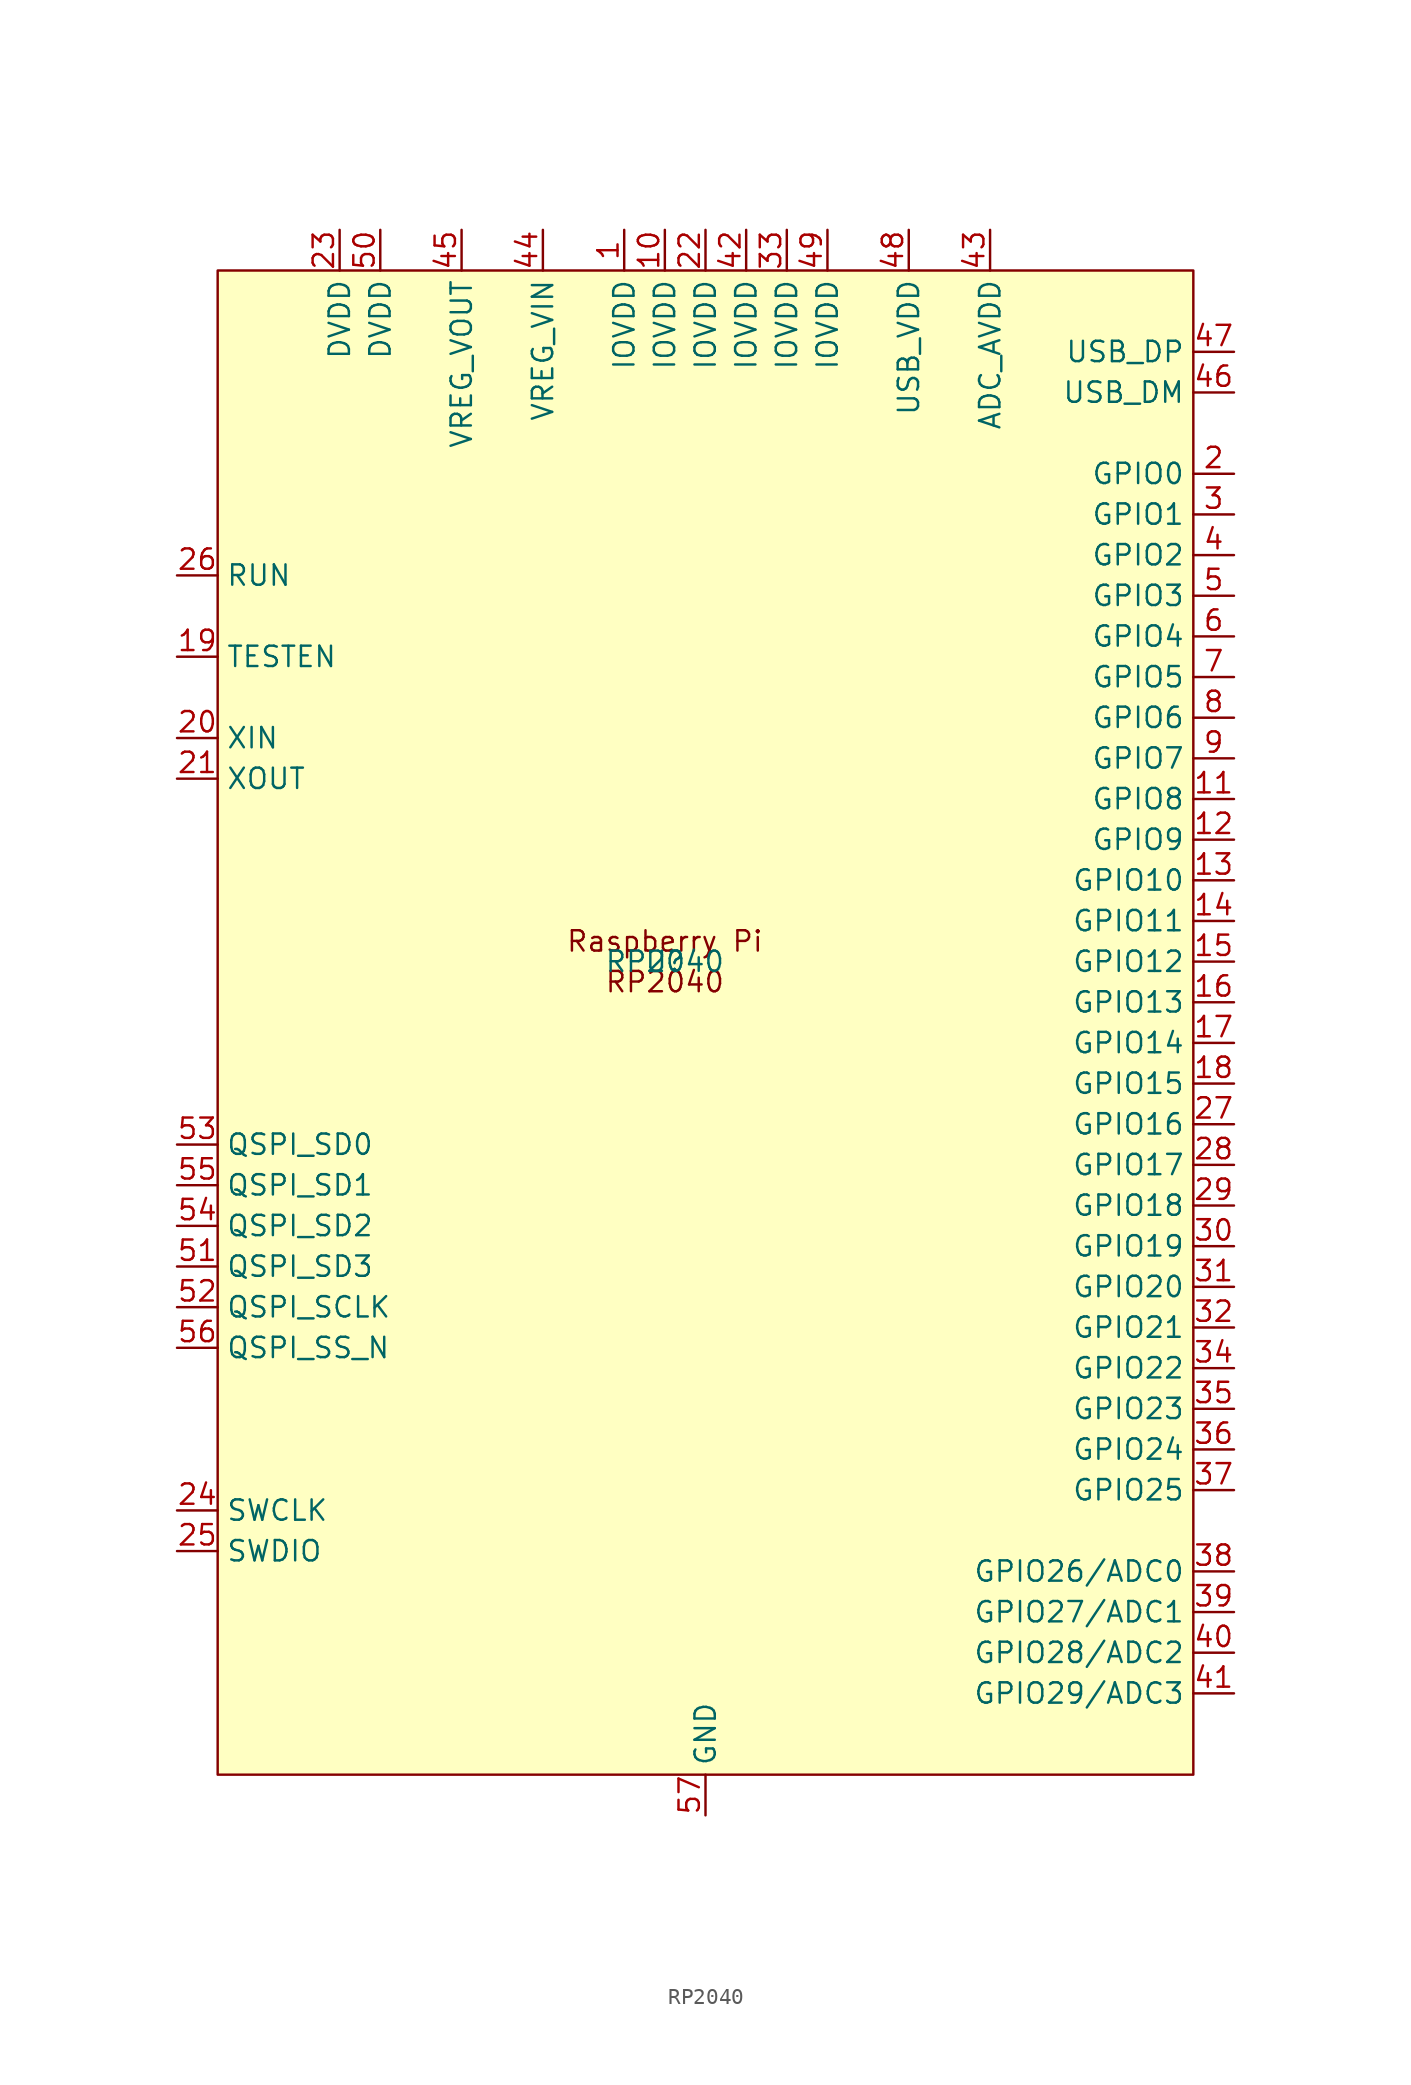
<source format=kicad_sym>
(kicad_symbol_lib
  (version 20211014)
  (generator kicad_symbol_editor)
  (symbol "RP2040"
    (property "Reference" "U"
      (at -2.54 0 0)
      (effects (font (size 1.27 1.27))))
    (property "Value" "RP2040"
      (at -2.54 0 0)
      (effects (font (size 1.27 1.27))))
    (symbol "RP2040_0_0"
      (text "Raspberry Pi" (at -2.54 1.27 0) (effects (font (size 1.27 1.27))))
      (text "RP2040" (at -2.54 -1.27 0) (effects (font (size 1.27 1.27)))))
    (symbol "RP2040_0_1"
      (rectangle (start -30.48 43.18) (end 30.48 -50.8) (stroke (width 0) (type default) (color 0 0 0 0)) (fill (type background))))
    (symbol "RP2040_1_1"
      (pin power_in line (at -5.08 45.72 270) (length 2.54) (name "IOVDD" (effects (font (size 1.27 1.27)))) (number "1" (effects (font (size 1.27 1.27)))))
      (pin power_in line (at -2.54 45.72 270) (length 2.54) (name "IOVDD" (effects (font (size 1.27 1.27)))) (number "10" (effects (font (size 1.27 1.27)))))
      (pin bidirectional line (at 33.02 10.16 180) (length 2.54) (name "GPIO8" (effects (font (size 1.27 1.27)))) (number "11" (effects (font (size 1.27 1.27)))))
      (pin bidirectional line (at 33.02 7.62 180) (length 2.54) (name "GPIO9" (effects (font (size 1.27 1.27)))) (number "12" (effects (font (size 1.27 1.27)))))
      (pin bidirectional line (at 33.02 5.08 180) (length 2.54) (name "GPIO10" (effects (font (size 1.27 1.27)))) (number "13" (effects (font (size 1.27 1.27)))))
      (pin bidirectional line (at 33.02 2.54 180) (length 2.54) (name "GPIO11" (effects (font (size 1.27 1.27)))) (number "14" (effects (font (size 1.27 1.27)))))
      (pin bidirectional line (at 33.02 0 180) (length 2.54) (name "GPIO12" (effects (font (size 1.27 1.27)))) (number "15" (effects (font (size 1.27 1.27)))))
      (pin bidirectional line (at 33.02 -2.54 180) (length 2.54) (name "GPIO13" (effects (font (size 1.27 1.27)))) (number "16" (effects (font (size 1.27 1.27)))))
      (pin bidirectional line (at 33.02 -5.08 180) (length 2.54) (name "GPIO14" (effects (font (size 1.27 1.27)))) (number "17" (effects (font (size 1.27 1.27)))))
      (pin bidirectional line (at 33.02 -7.62 180) (length 2.54) (name "GPIO15" (effects (font (size 1.27 1.27)))) (number "18" (effects (font (size 1.27 1.27)))))
      (pin input line (at -33.02 19.05 0) (length 2.54) (name "TESTEN" (effects (font (size 1.27 1.27)))) (number "19" (effects (font (size 1.27 1.27)))))
      (pin bidirectional line (at 33.02 30.48 180) (length 2.54) (name "GPIO0" (effects (font (size 1.27 1.27)))) (number "2" (effects (font (size 1.27 1.27)))))
      (pin input line (at -33.02 13.97 0) (length 2.54) (name "XIN" (effects (font (size 1.27 1.27)))) (number "20" (effects (font (size 1.27 1.27)))))
      (pin output line (at -33.02 11.43 0) (length 2.54) (name "XOUT" (effects (font (size 1.27 1.27)))) (number "21" (effects (font (size 1.27 1.27)))))
      (pin power_in line (at 0 45.72 270) (length 2.54) (name "IOVDD" (effects (font (size 1.27 1.27)))) (number "22" (effects (font (size 1.27 1.27)))))
      (pin power_in line (at -22.86 45.72 270) (length 2.54) (name "DVDD" (effects (font (size 1.27 1.27)))) (number "23" (effects (font (size 1.27 1.27)))))
      (pin input line (at -33.02 -34.29 0) (length 2.54) (name "SWCLK" (effects (font (size 1.27 1.27)))) (number "24" (effects (font (size 1.27 1.27)))))
      (pin bidirectional line (at -33.02 -36.83 0) (length 2.54) (name "SWDIO" (effects (font (size 1.27 1.27)))) (number "25" (effects (font (size 1.27 1.27)))))
      (pin input line (at -33.02 24.13 0) (length 2.54) (name "RUN" (effects (font (size 1.27 1.27)))) (number "26" (effects (font (size 1.27 1.27)))))
      (pin bidirectional line (at 33.02 -10.16 180) (length 2.54) (name "GPIO16" (effects (font (size 1.27 1.27)))) (number "27" (effects (font (size 1.27 1.27)))))
      (pin bidirectional line (at 33.02 -12.7 180) (length 2.54) (name "GPIO17" (effects (font (size 1.27 1.27)))) (number "28" (effects (font (size 1.27 1.27)))))
      (pin bidirectional line (at 33.02 -15.24 180) (length 2.54) (name "GPIO18" (effects (font (size 1.27 1.27)))) (number "29" (effects (font (size 1.27 1.27)))))
      (pin bidirectional line (at 33.02 27.94 180) (length 2.54) (name "GPIO1" (effects (font (size 1.27 1.27)))) (number "3" (effects (font (size 1.27 1.27)))))
      (pin bidirectional line (at 33.02 -17.78 180) (length 2.54) (name "GPIO19" (effects (font (size 1.27 1.27)))) (number "30" (effects (font (size 1.27 1.27)))))
      (pin bidirectional line (at 33.02 -20.32 180) (length 2.54) (name "GPIO20" (effects (font (size 1.27 1.27)))) (number "31" (effects (font (size 1.27 1.27)))))
      (pin bidirectional line (at 33.02 -22.86 180) (length 2.54) (name "GPIO21" (effects (font (size 1.27 1.27)))) (number "32" (effects (font (size 1.27 1.27)))))
      (pin power_in line (at 5.08 45.72 270) (length 2.54) (name "IOVDD" (effects (font (size 1.27 1.27)))) (number "33" (effects (font (size 1.27 1.27)))))
      (pin bidirectional line (at 33.02 -25.4 180) (length 2.54) (name "GPIO22" (effects (font (size 1.27 1.27)))) (number "34" (effects (font (size 1.27 1.27)))))
      (pin bidirectional line (at 33.02 -27.94 180) (length 2.54) (name "GPIO23" (effects (font (size 1.27 1.27)))) (number "35" (effects (font (size 1.27 1.27)))))
      (pin bidirectional line (at 33.02 -30.48 180) (length 2.54) (name "GPIO24" (effects (font (size 1.27 1.27)))) (number "36" (effects (font (size 1.27 1.27)))))
      (pin bidirectional line (at 33.02 -33.02 180) (length 2.54) (name "GPIO25" (effects (font (size 1.27 1.27)))) (number "37" (effects (font (size 1.27 1.27)))))
      (pin bidirectional line (at 33.02 -38.1 180) (length 2.54) (name "GPIO26/ADC0" (effects (font (size 1.27 1.27)))) (number "38" (effects (font (size 1.27 1.27)))))
      (pin bidirectional line (at 33.02 -40.64 180) (length 2.54) (name "GPIO27/ADC1" (effects (font (size 1.27 1.27)))) (number "39" (effects (font (size 1.27 1.27)))))
      (pin bidirectional line (at 33.02 25.4 180) (length 2.54) (name "GPIO2" (effects (font (size 1.27 1.27)))) (number "4" (effects (font (size 1.27 1.27)))))
      (pin bidirectional line (at 33.02 -43.18 180) (length 2.54) (name "GPIO28/ADC2" (effects (font (size 1.27 1.27)))) (number "40" (effects (font (size 1.27 1.27)))))
      (pin bidirectional line (at 33.02 -45.72 180) (length 2.54) (name "GPIO29/ADC3" (effects (font (size 1.27 1.27)))) (number "41" (effects (font (size 1.27 1.27)))))
      (pin power_in line (at 2.54 45.72 270) (length 2.54) (name "IOVDD" (effects (font (size 1.27 1.27)))) (number "42" (effects (font (size 1.27 1.27)))))
      (pin power_in line (at 17.78 45.72 270) (length 2.54) (name "ADC_AVDD" (effects (font (size 1.27 1.27)))) (number "43" (effects (font (size 1.27 1.27)))))
      (pin power_in line (at -10.16 45.72 270) (length 2.54) (name "VREG_VIN" (effects (font (size 1.27 1.27)))) (number "44" (effects (font (size 1.27 1.27)))))
      (pin power_out line (at -15.24 45.72 270) (length 2.54) (name "VREG_VOUT" (effects (font (size 1.27 1.27)))) (number "45" (effects (font (size 1.27 1.27)))))
      (pin bidirectional line (at 33.02 35.56 180) (length 2.54) (name "USB_DM" (effects (font (size 1.27 1.27)))) (number "46" (effects (font (size 1.27 1.27)))))
      (pin bidirectional line (at 33.02 38.1 180) (length 2.54) (name "USB_DP" (effects (font (size 1.27 1.27)))) (number "47" (effects (font (size 1.27 1.27)))))
      (pin power_in line (at 12.7 45.72 270) (length 2.54) (name "USB_VDD" (effects (font (size 1.27 1.27)))) (number "48" (effects (font (size 1.27 1.27)))))
      (pin power_in line (at 7.62 45.72 270) (length 2.54) (name "IOVDD" (effects (font (size 1.27 1.27)))) (number "49" (effects (font (size 1.27 1.27)))))
      (pin bidirectional line (at 33.02 22.86 180) (length 2.54) (name "GPIO3" (effects (font (size 1.27 1.27)))) (number "5" (effects (font (size 1.27 1.27)))))
      (pin power_in line (at -20.32 45.72 270) (length 2.54) (name "DVDD" (effects (font (size 1.27 1.27)))) (number "50" (effects (font (size 1.27 1.27)))))
      (pin bidirectional line (at -33.02 -19.05 0) (length 2.54) (name "QSPI_SD3" (effects (font (size 1.27 1.27)))) (number "51" (effects (font (size 1.27 1.27)))))
      (pin bidirectional line (at -33.02 -21.59 0) (length 2.54) (name "QSPI_SCLK" (effects (font (size 1.27 1.27)))) (number "52" (effects (font (size 1.27 1.27)))))
      (pin bidirectional line (at -33.02 -11.43 0) (length 2.54) (name "QSPI_SD0" (effects (font (size 1.27 1.27)))) (number "53" (effects (font (size 1.27 1.27)))))
      (pin bidirectional line (at -33.02 -16.51 0) (length 2.54) (name "QSPI_SD2" (effects (font (size 1.27 1.27)))) (number "54" (effects (font (size 1.27 1.27)))))
      (pin bidirectional line (at -33.02 -13.97 0) (length 2.54) (name "QSPI_SD1" (effects (font (size 1.27 1.27)))) (number "55" (effects (font (size 1.27 1.27)))))
      (pin bidirectional line (at -33.02 -24.13 0) (length 2.54) (name "QSPI_SS_N" (effects (font (size 1.27 1.27)))) (number "56" (effects (font (size 1.27 1.27)))))
      (pin power_in line (at 0 -53.34 90) (length 2.54) (name "GND" (effects (font (size 1.27 1.27)))) (number "57" (effects (font (size 1.27 1.27)))))
      (pin bidirectional line (at 33.02 20.32 180) (length 2.54) (name "GPIO4" (effects (font (size 1.27 1.27)))) (number "6" (effects (font (size 1.27 1.27)))))
      (pin bidirectional line (at 33.02 17.78 180) (length 2.54) (name "GPIO5" (effects (font (size 1.27 1.27)))) (number "7" (effects (font (size 1.27 1.27)))))
      (pin bidirectional line (at 33.02 15.24 180) (length 2.54) (name "GPIO6" (effects (font (size 1.27 1.27)))) (number "8" (effects (font (size 1.27 1.27)))))
      (pin bidirectional line (at 33.02 12.7 180) (length 2.54) (name "GPIO7" (effects (font (size 1.27 1.27)))) (number "9" (effects (font (size 1.27 1.27))))))))
</source>
